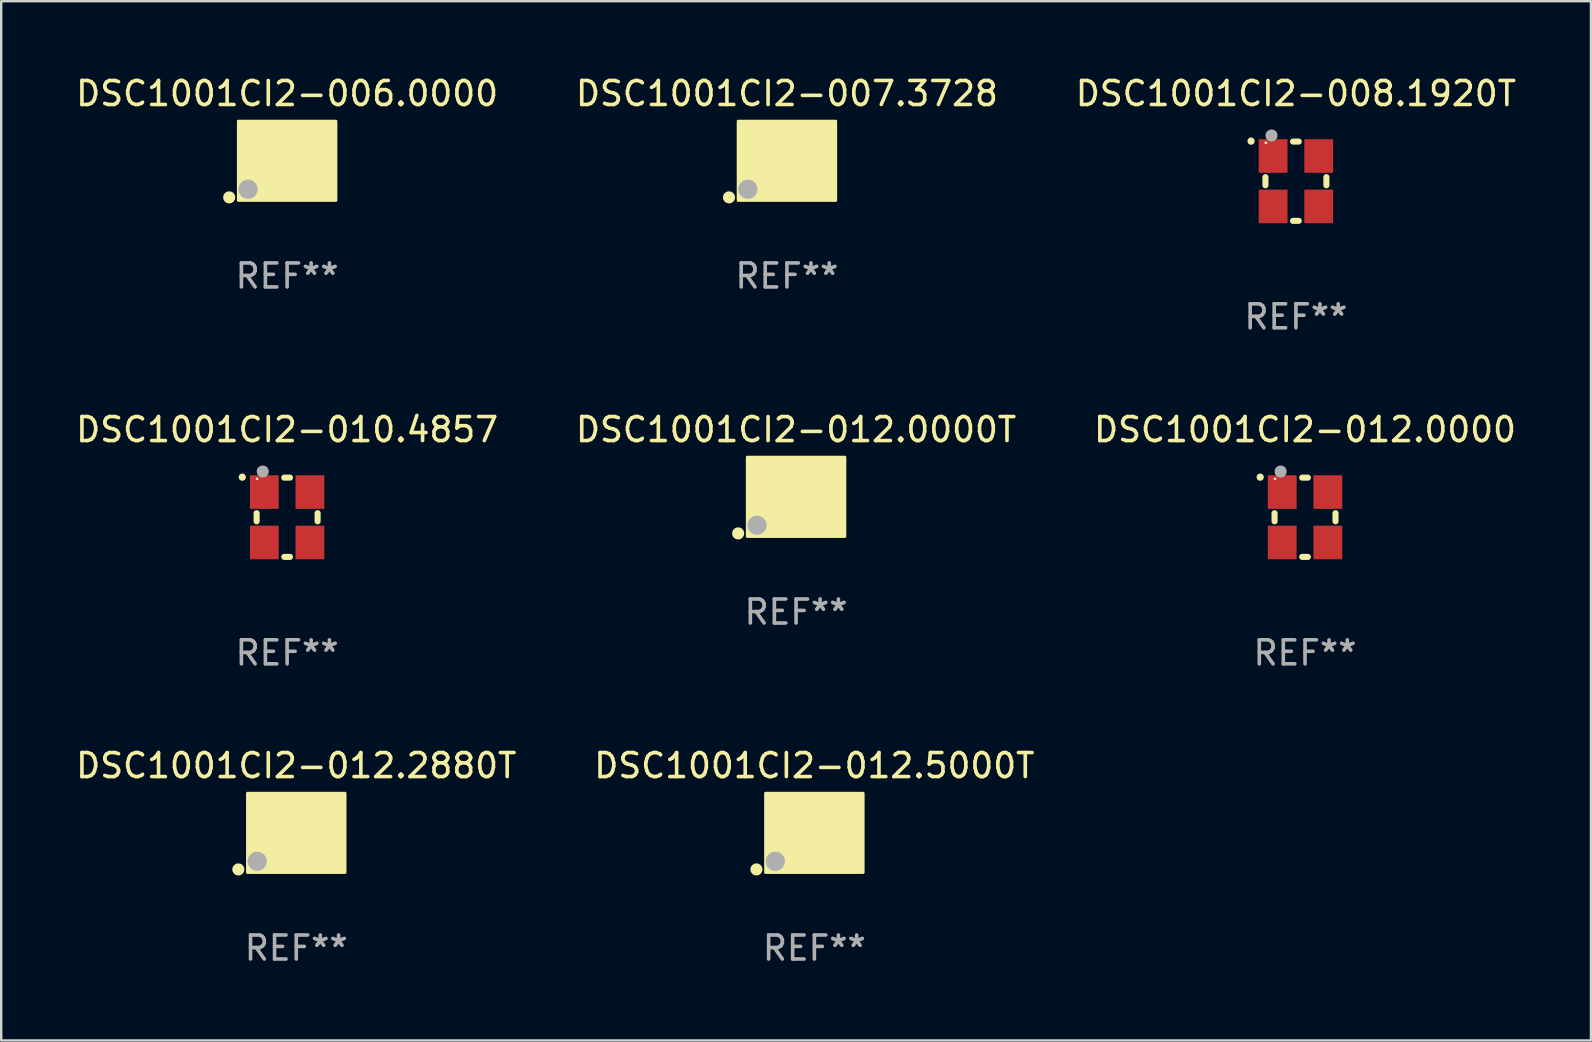
<source format=kicad_pcb>
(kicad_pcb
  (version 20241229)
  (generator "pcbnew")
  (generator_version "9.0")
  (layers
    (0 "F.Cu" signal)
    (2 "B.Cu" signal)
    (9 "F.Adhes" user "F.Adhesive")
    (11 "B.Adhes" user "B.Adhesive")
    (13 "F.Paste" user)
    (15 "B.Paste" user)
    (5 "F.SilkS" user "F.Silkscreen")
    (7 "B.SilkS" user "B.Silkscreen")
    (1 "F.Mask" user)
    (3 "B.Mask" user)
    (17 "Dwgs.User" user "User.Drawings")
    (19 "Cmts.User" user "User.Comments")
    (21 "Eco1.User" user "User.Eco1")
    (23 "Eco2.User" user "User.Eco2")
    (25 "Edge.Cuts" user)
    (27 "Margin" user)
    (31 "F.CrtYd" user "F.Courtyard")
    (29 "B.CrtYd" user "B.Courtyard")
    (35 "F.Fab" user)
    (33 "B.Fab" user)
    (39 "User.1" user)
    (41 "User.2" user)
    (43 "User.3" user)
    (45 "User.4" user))
  (footprint "DSC1001CI2-012.0000"
    (layer "F.Cu")
    (at 51.315 18.498)
    (property "Reference" "DSC1001CI2-012.0000" (at 0 -3.651 0) (layer "F.SilkS") (effects (font (size 1 1) (thickness 0.15))))
    (attr through_hole)
    (fp_line (start -1.27 -0.169) (end -1.27 0.169) (stroke (width 0.254) (type solid)) (layer "F.SilkS"))
    (fp_line (start 0.119 -1.651) (end -0.119 -1.651) (stroke (width 0.254) (type solid)) (layer "F.SilkS"))
    (fp_line (start 0.119 1.651) (end -0.119 1.651) (stroke (width 0.254) (type solid)) (layer "F.SilkS"))
    (fp_line (start 1.27 -0.169) (end 1.27 0.169) (stroke (width 0.254) (type solid)) (layer "F.SilkS"))
    (fp_arc (start -1.868631 -1.669799) (mid -1.868636 -1.671069) (end -1.868631 -1.672339) (stroke (width 0.3) (type solid)) (layer "F.SilkS"))
    (fp_circle (center -1.25 -1.6) (end -1.22 -1.6) (stroke (width 0.06) (type solid)) (fill no) (layer "F.SilkS"))
    (fp_circle (center -1.016 -1.905) (end -0.889 -1.905) (stroke (width 0.254) (type solid)) (fill no) (layer "F.Fab"))
    (fp_text user "REF**" (at 0 5.651 0) (layer "F.Fab") (effects (font (size 1 1) (thickness 0.15))))
    (pad "1" smd rect (at -0.95 -1.05 90) (size 1.4 1.2) (layers "F.Cu" "F.Mask" "F.Paste"))
    (pad "2" smd rect (at -0.95 1.05 90) (size 1.4 1.2) (layers "F.Cu" "F.Mask" "F.Paste"))
    (pad "3" smd rect (at 0.95 1.05 90) (size 1.4 1.2) (layers "F.Cu" "F.Mask" "F.Paste"))
    (pad "4" smd rect (at 0.95 -1.05 90) (size 1.4 1.2) (layers "F.Cu" "F.Mask" "F.Paste")))
  (footprint "DSC1001CI2-012.5000T"
    (layer "F.Cu")
    (at 30.875 31.645)
    (property "Reference" "DSC1001CI2-012.5000T" (at 0 -2.8 0) (layer "F.SilkS") (effects (font (size 1 1) (thickness 0.15))))
    (attr through_hole)
    (fp_circle (center -2.413 1.524) (end -2.286 1.524) (stroke (width 0.254) (type solid)) (fill no) (layer "F.SilkS"))
    (fp_circle (center -1.6 1.25) (end -1.57 1.25) (stroke (width 0.06) (type solid)) (fill no) (layer "F.SilkS"))
    (fp_poly (pts (xy -2.032 -1.651) (xy 2.032 -1.651) (xy 2.032 1.651) (xy -2.032 1.651)) (stroke (width 0.12) (type solid)) (fill yes) (layer "F.SilkS"))
    (fp_circle (center -1.627 1.185) (end -1.427 1.185) (stroke (width 0.4) (type solid)) (fill no) (layer "F.Fab"))
    (fp_text user "REF**" (at 0 4.8 0) (layer "F.Fab") (effects (font (size 1 1) (thickness 0.15))))
    (pad "1" smd rect (at -1.05 0.8) (size 1.4 1.2) (layers "F.Cu" "F.Mask" "F.Paste"))
    (pad "2" smd rect (at 1.05 0.8) (size 1.4 1.2) (layers "F.Cu" "F.Mask" "F.Paste"))
    (pad "3" smd rect (at 1.05 -0.8) (size 1.4 1.2) (layers "F.Cu" "F.Mask" "F.Paste"))
    (pad "4" smd rect (at -1.05 -0.8) (size 1.4 1.2) (layers "F.Cu" "F.Mask" "F.Paste")))
  (footprint "DSC1001CI2-008.1920T"
    (layer "F.Cu")
    (at 50.935 4.499)
    (property "Reference" "DSC1001CI2-008.1920T" (at 0 -3.651 0) (layer "F.SilkS") (effects (font (size 1 1) (thickness 0.15))))
    (attr through_hole)
    (fp_line (start -1.27 -0.169) (end -1.27 0.169) (stroke (width 0.254) (type solid)) (layer "F.SilkS"))
    (fp_line (start 0.119 -1.651) (end -0.119 -1.651) (stroke (width 0.254) (type solid)) (layer "F.SilkS"))
    (fp_line (start 0.119 1.651) (end -0.119 1.651) (stroke (width 0.254) (type solid)) (layer "F.SilkS"))
    (fp_line (start 1.27 -0.169) (end 1.27 0.169) (stroke (width 0.254) (type solid)) (layer "F.SilkS"))
    (fp_arc (start -1.868631 -1.669799) (mid -1.868636 -1.671069) (end -1.868631 -1.672339) (stroke (width 0.3) (type solid)) (layer "F.SilkS"))
    (fp_circle (center -1.25 -1.6) (end -1.22 -1.6) (stroke (width 0.06) (type solid)) (fill no) (layer "F.SilkS"))
    (fp_circle (center -1.016 -1.905) (end -0.889 -1.905) (stroke (width 0.254) (type solid)) (fill no) (layer "F.Fab"))
    (fp_text user "REF**" (at 0 5.651 0) (layer "F.Fab") (effects (font (size 1 1) (thickness 0.15))))
    (pad "1" smd rect (at -0.95 -1.05 90) (size 1.4 1.2) (layers "F.Cu" "F.Mask" "F.Paste"))
    (pad "2" smd rect (at -0.95 1.05 90) (size 1.4 1.2) (layers "F.Cu" "F.Mask" "F.Paste"))
    (pad "3" smd rect (at 0.95 1.05 90) (size 1.4 1.2) (layers "F.Cu" "F.Mask" "F.Paste"))
    (pad "4" smd rect (at 0.95 -1.05 90) (size 1.4 1.2) (layers "F.Cu" "F.Mask" "F.Paste")))
  (footprint "DSC1001CI2-007.3728"
    (layer "F.Cu")
    (at 29.732 3.648)
    (property "Reference" "DSC1001CI2-007.3728" (at 0 -2.8 0) (layer "F.SilkS") (effects (font (size 1 1) (thickness 0.15))))
    (attr through_hole)
    (fp_circle (center -2.413 1.524) (end -2.286 1.524) (stroke (width 0.254) (type solid)) (fill no) (layer "F.SilkS"))
    (fp_circle (center -1.6 1.25) (end -1.57 1.25) (stroke (width 0.06) (type solid)) (fill no) (layer "F.SilkS"))
    (fp_poly (pts (xy -2.032 -1.651) (xy 2.032 -1.651) (xy 2.032 1.651) (xy -2.032 1.651)) (stroke (width 0.12) (type solid)) (fill yes) (layer "F.SilkS"))
    (fp_circle (center -1.627 1.185) (end -1.427 1.185) (stroke (width 0.4) (type solid)) (fill no) (layer "F.Fab"))
    (fp_text user "REF**" (at 0 4.8 0) (layer "F.Fab") (effects (font (size 1 1) (thickness 0.15))))
    (pad "1" smd rect (at -1.05 0.8) (size 1.4 1.2) (layers "F.Cu" "F.Mask" "F.Paste"))
    (pad "2" smd rect (at 1.05 0.8) (size 1.4 1.2) (layers "F.Cu" "F.Mask" "F.Paste"))
    (pad "3" smd rect (at 1.05 -0.8) (size 1.4 1.2) (layers "F.Cu" "F.Mask" "F.Paste"))
    (pad "4" smd rect (at -1.05 -0.8) (size 1.4 1.2) (layers "F.Cu" "F.Mask" "F.Paste")))
  (footprint "DSC1001CI2-012.0000T"
    (layer "F.Cu")
    (at 30.113 17.647)
    (property "Reference" "DSC1001CI2-012.0000T" (at 0 -2.8 0) (layer "F.SilkS") (effects (font (size 1 1) (thickness 0.15))))
    (attr through_hole)
    (fp_circle (center -2.413 1.524) (end -2.286 1.524) (stroke (width 0.254) (type solid)) (fill no) (layer "F.SilkS"))
    (fp_circle (center -1.6 1.25) (end -1.57 1.25) (stroke (width 0.06) (type solid)) (fill no) (layer "F.SilkS"))
    (fp_poly (pts (xy -2.032 -1.651) (xy 2.032 -1.651) (xy 2.032 1.651) (xy -2.032 1.651)) (stroke (width 0.12) (type solid)) (fill yes) (layer "F.SilkS"))
    (fp_circle (center -1.627 1.185) (end -1.427 1.185) (stroke (width 0.4) (type solid)) (fill no) (layer "F.Fab"))
    (fp_text user "REF**" (at 0 4.8 0) (layer "F.Fab") (effects (font (size 1 1) (thickness 0.15))))
    (pad "1" smd rect (at -1.05 0.8) (size 1.4 1.2) (layers "F.Cu" "F.Mask" "F.Paste"))
    (pad "2" smd rect (at 1.05 0.8) (size 1.4 1.2) (layers "F.Cu" "F.Mask" "F.Paste"))
    (pad "3" smd rect (at 1.05 -0.8) (size 1.4 1.2) (layers "F.Cu" "F.Mask" "F.Paste"))
    (pad "4" smd rect (at -1.05 -0.8) (size 1.4 1.2) (layers "F.Cu" "F.Mask" "F.Paste")))
  (footprint "DSC1001CI2-006.0000"
    (layer "F.Cu")
    (at 8.911 3.648)
    (property "Reference" "DSC1001CI2-006.0000" (at 0 -2.8 0) (layer "F.SilkS") (effects (font (size 1 1) (thickness 0.15))))
    (attr through_hole)
    (fp_circle (center -2.413 1.524) (end -2.286 1.524) (stroke (width 0.254) (type solid)) (fill no) (layer "F.SilkS"))
    (fp_circle (center -1.6 1.25) (end -1.57 1.25) (stroke (width 0.06) (type solid)) (fill no) (layer "F.SilkS"))
    (fp_poly (pts (xy -2.032 -1.651) (xy 2.032 -1.651) (xy 2.032 1.651) (xy -2.032 1.651)) (stroke (width 0.12) (type solid)) (fill yes) (layer "F.SilkS"))
    (fp_circle (center -1.627 1.185) (end -1.427 1.185) (stroke (width 0.4) (type solid)) (fill no) (layer "F.Fab"))
    (fp_text user "REF**" (at 0 4.8 0) (layer "F.Fab") (effects (font (size 1 1) (thickness 0.15))))
    (pad "1" smd rect (at -1.05 0.8) (size 1.4 1.2) (layers "F.Cu" "F.Mask" "F.Paste"))
    (pad "2" smd rect (at 1.05 0.8) (size 1.4 1.2) (layers "F.Cu" "F.Mask" "F.Paste"))
    (pad "3" smd rect (at 1.05 -0.8) (size 1.4 1.2) (layers "F.Cu" "F.Mask" "F.Paste"))
    (pad "4" smd rect (at -1.05 -0.8) (size 1.4 1.2) (layers "F.Cu" "F.Mask" "F.Paste")))
  (footprint "DSC1001CI2-010.4857"
    (layer "F.Cu")
    (at 8.911 18.498)
    (property "Reference" "DSC1001CI2-010.4857" (at 0 -3.651 0) (layer "F.SilkS") (effects (font (size 1 1) (thickness 0.15))))
    (attr through_hole)
    (fp_line (start -1.27 -0.169) (end -1.27 0.169) (stroke (width 0.254) (type solid)) (layer "F.SilkS"))
    (fp_line (start 0.119 -1.651) (end -0.119 -1.651) (stroke (width 0.254) (type solid)) (layer "F.SilkS"))
    (fp_line (start 0.119 1.651) (end -0.119 1.651) (stroke (width 0.254) (type solid)) (layer "F.SilkS"))
    (fp_line (start 1.27 -0.169) (end 1.27 0.169) (stroke (width 0.254) (type solid)) (layer "F.SilkS"))
    (fp_arc (start -1.868631 -1.669799) (mid -1.868636 -1.671069) (end -1.868631 -1.672339) (stroke (width 0.3) (type solid)) (layer "F.SilkS"))
    (fp_circle (center -1.25 -1.6) (end -1.22 -1.6) (stroke (width 0.06) (type solid)) (fill no) (layer "F.SilkS"))
    (fp_circle (center -1.016 -1.905) (end -0.889 -1.905) (stroke (width 0.254) (type solid)) (fill no) (layer "F.Fab"))
    (fp_text user "REF**" (at 0 5.651 0) (layer "F.Fab") (effects (font (size 1 1) (thickness 0.15))))
    (pad "1" smd rect (at -0.95 -1.05 90) (size 1.4 1.2) (layers "F.Cu" "F.Mask" "F.Paste"))
    (pad "2" smd rect (at -0.95 1.05 90) (size 1.4 1.2) (layers "F.Cu" "F.Mask" "F.Paste"))
    (pad "3" smd rect (at 0.95 1.05 90) (size 1.4 1.2) (layers "F.Cu" "F.Mask" "F.Paste"))
    (pad "4" smd rect (at 0.95 -1.05 90) (size 1.4 1.2) (layers "F.Cu" "F.Mask" "F.Paste")))
  (footprint "DSC1001CI2-012.2880T"
    (layer "F.Cu")
    (at 9.292 31.645)
    (property "Reference" "DSC1001CI2-012.2880T" (at 0 -2.8 0) (layer "F.SilkS") (effects (font (size 1 1) (thickness 0.15))))
    (attr through_hole)
    (fp_circle (center -2.413 1.524) (end -2.286 1.524) (stroke (width 0.254) (type solid)) (fill no) (layer "F.SilkS"))
    (fp_circle (center -1.6 1.25) (end -1.57 1.25) (stroke (width 0.06) (type solid)) (fill no) (layer "F.SilkS"))
    (fp_poly (pts (xy -2.032 -1.651) (xy 2.032 -1.651) (xy 2.032 1.651) (xy -2.032 1.651)) (stroke (width 0.12) (type solid)) (fill yes) (layer "F.SilkS"))
    (fp_circle (center -1.627 1.185) (end -1.427 1.185) (stroke (width 0.4) (type solid)) (fill no) (layer "F.Fab"))
    (fp_text user "REF**" (at 0 4.8 0) (layer "F.Fab") (effects (font (size 1 1) (thickness 0.15))))
    (pad "1" smd rect (at -1.05 0.8) (size 1.4 1.2) (layers "F.Cu" "F.Mask" "F.Paste"))
    (pad "2" smd rect (at 1.05 0.8) (size 1.4 1.2) (layers "F.Cu" "F.Mask" "F.Paste"))
    (pad "3" smd rect (at 1.05 -0.8) (size 1.4 1.2) (layers "F.Cu" "F.Mask" "F.Paste"))
    (pad "4" smd rect (at -1.05 -0.8) (size 1.4 1.2) (layers "F.Cu" "F.Mask" "F.Paste")))
  (gr_rect
    (start -3 -3)
    (end 63.226 40.294)
    (stroke (width 0.1) (type default))
    (fill no)
    (layer "Edge.Cuts")))
</source>
